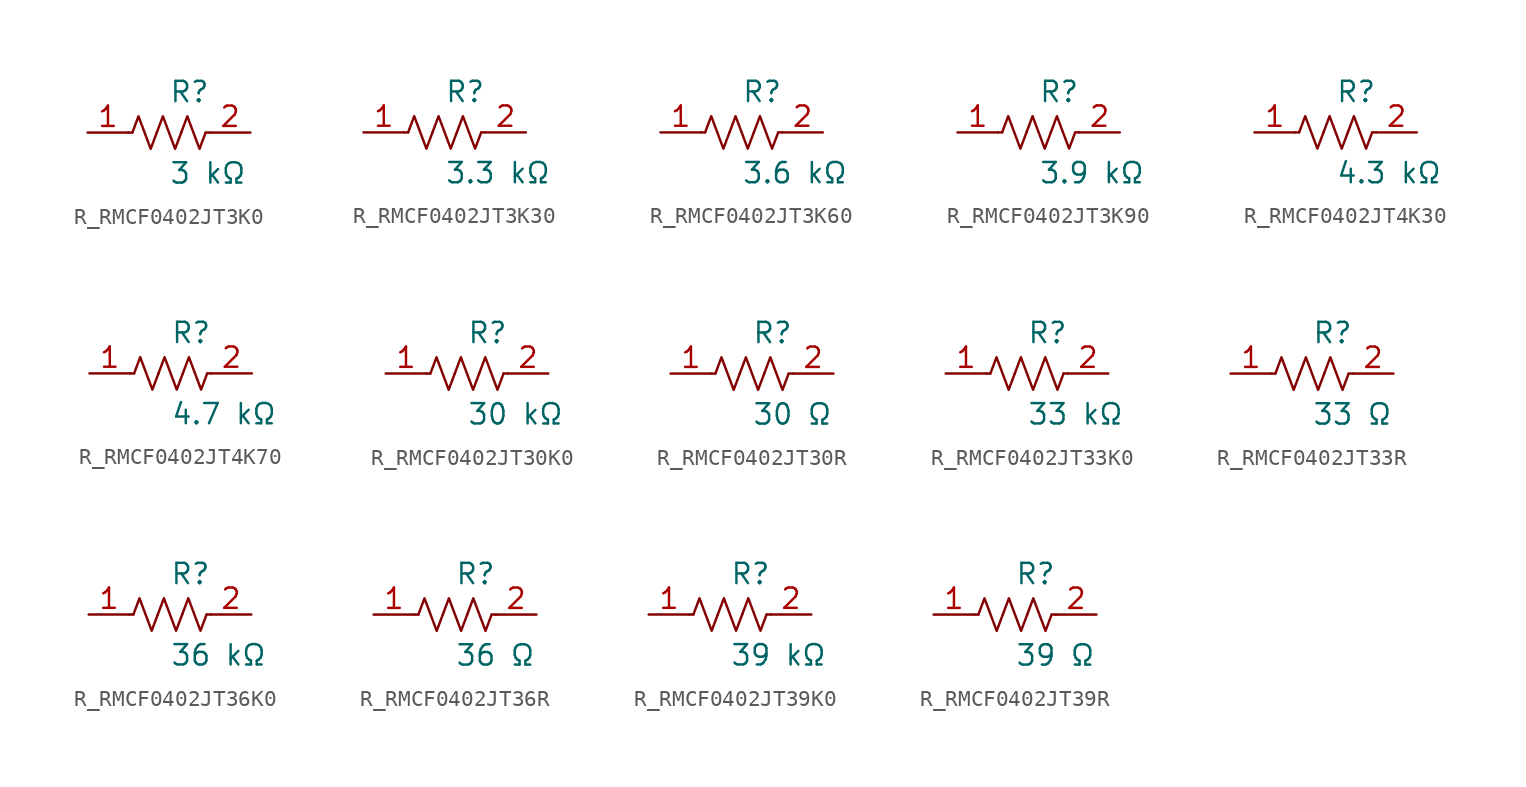
<source format=kicad_sym>
(kicad_symbol_lib
  (version 20231120)
  (generator kicad_symbol_editor)
  (generator_version 8.0)
  (symbol "R_RMCF0402JT3K0"
    (pin_names
      (offset 0.254))
    (property "Reference" "R"
      (at 0 2.54 0)
      (effects (font (size 1.27 1.27)) (justify left)))
    (property "Value" "3 kΩ"
      (at 0 -2.54 0)
      (effects (font (size 1.27 1.27)) (justify left)))
    (symbol "R_RMCF0402JT3K0_0_1"
      (polyline (pts (xy 2.286 0) (xy 2.54 0)) (stroke (width 0) (type default)) (fill (type none)))
      (polyline (pts (xy -2.286 0) (xy -2.54 0)) (stroke (width 0) (type default)) (fill (type none)))
      (polyline (pts (xy 0.762 0) (xy 1.143 1.016) (xy 1.524 0) (xy 1.905 -1.016) (xy 2.286 0)) (stroke (width 0) (type default)) (fill (type none)))
      (polyline (pts (xy -0.762 0) (xy -0.381 1.016) (xy 0 0) (xy 0.381 -1.016) (xy 0.762 0)) (stroke (width 0) (type default)) (fill (type none)))
      (polyline (pts (xy -2.286 0) (xy -1.905 1.016) (xy -1.524 0) (xy -1.143 -1.016) (xy -0.762 0)) (stroke (width 0) (type default)) (fill (type none))))
    (pin unspecified line
      (at -5.08 0 0)
      (length 2.54)
      (name "" (effects (font (size 1.27 1.27))))
      (number "1" (effects (font (size 1.27 1.27)))))
    (pin unspecified line
      (at 5.08 0 180)
      (length 2.54)
      (name "" (effects (font (size 1.27 1.27))))
      (number "2" (effects (font (size 1.27 1.27))))))
  (symbol "R_RMCF0402JT3K30"
    (pin_names
      (offset 0.254))
    (property "Reference" "R"
      (at 0 2.54 0)
      (effects (font (size 1.27 1.27)) (justify left)))
    (property "Value" "3.3 kΩ"
      (at 0 -2.54 0)
      (effects (font (size 1.27 1.27)) (justify left)))
    (symbol "R_RMCF0402JT3K30_0_1"
      (polyline (pts (xy 2.286 0) (xy 2.54 0)) (stroke (width 0) (type default)) (fill (type none)))
      (polyline (pts (xy -2.286 0) (xy -2.54 0)) (stroke (width 0) (type default)) (fill (type none)))
      (polyline (pts (xy 0.762 0) (xy 1.143 1.016) (xy 1.524 0) (xy 1.905 -1.016) (xy 2.286 0)) (stroke (width 0) (type default)) (fill (type none)))
      (polyline (pts (xy -0.762 0) (xy -0.381 1.016) (xy 0 0) (xy 0.381 -1.016) (xy 0.762 0)) (stroke (width 0) (type default)) (fill (type none)))
      (polyline (pts (xy -2.286 0) (xy -1.905 1.016) (xy -1.524 0) (xy -1.143 -1.016) (xy -0.762 0)) (stroke (width 0) (type default)) (fill (type none))))
    (pin unspecified line
      (at -5.08 0 0)
      (length 2.54)
      (name "" (effects (font (size 1.27 1.27))))
      (number "1" (effects (font (size 1.27 1.27)))))
    (pin unspecified line
      (at 5.08 0 180)
      (length 2.54)
      (name "" (effects (font (size 1.27 1.27))))
      (number "2" (effects (font (size 1.27 1.27))))))
  (symbol "R_RMCF0402JT3K60"
    (pin_names
      (offset 0.254))
    (property "Reference" "R"
      (at 0 2.54 0)
      (effects (font (size 1.27 1.27)) (justify left)))
    (property "Value" "3.6 kΩ"
      (at 0 -2.54 0)
      (effects (font (size 1.27 1.27)) (justify left)))
    (symbol "R_RMCF0402JT3K60_0_1"
      (polyline (pts (xy 2.286 0) (xy 2.54 0)) (stroke (width 0) (type default)) (fill (type none)))
      (polyline (pts (xy -2.286 0) (xy -2.54 0)) (stroke (width 0) (type default)) (fill (type none)))
      (polyline (pts (xy 0.762 0) (xy 1.143 1.016) (xy 1.524 0) (xy 1.905 -1.016) (xy 2.286 0)) (stroke (width 0) (type default)) (fill (type none)))
      (polyline (pts (xy -0.762 0) (xy -0.381 1.016) (xy 0 0) (xy 0.381 -1.016) (xy 0.762 0)) (stroke (width 0) (type default)) (fill (type none)))
      (polyline (pts (xy -2.286 0) (xy -1.905 1.016) (xy -1.524 0) (xy -1.143 -1.016) (xy -0.762 0)) (stroke (width 0) (type default)) (fill (type none))))
    (pin unspecified line
      (at -5.08 0 0)
      (length 2.54)
      (name "" (effects (font (size 1.27 1.27))))
      (number "1" (effects (font (size 1.27 1.27)))))
    (pin unspecified line
      (at 5.08 0 180)
      (length 2.54)
      (name "" (effects (font (size 1.27 1.27))))
      (number "2" (effects (font (size 1.27 1.27))))))
  (symbol "R_RMCF0402JT3K90"
    (pin_names
      (offset 0.254))
    (property "Reference" "R"
      (at 0 2.54 0)
      (effects (font (size 1.27 1.27)) (justify left)))
    (property "Value" "3.9 kΩ"
      (at 0 -2.54 0)
      (effects (font (size 1.27 1.27)) (justify left)))
    (symbol "R_RMCF0402JT3K90_0_1"
      (polyline (pts (xy 2.286 0) (xy 2.54 0)) (stroke (width 0) (type default)) (fill (type none)))
      (polyline (pts (xy -2.286 0) (xy -2.54 0)) (stroke (width 0) (type default)) (fill (type none)))
      (polyline (pts (xy 0.762 0) (xy 1.143 1.016) (xy 1.524 0) (xy 1.905 -1.016) (xy 2.286 0)) (stroke (width 0) (type default)) (fill (type none)))
      (polyline (pts (xy -0.762 0) (xy -0.381 1.016) (xy 0 0) (xy 0.381 -1.016) (xy 0.762 0)) (stroke (width 0) (type default)) (fill (type none)))
      (polyline (pts (xy -2.286 0) (xy -1.905 1.016) (xy -1.524 0) (xy -1.143 -1.016) (xy -0.762 0)) (stroke (width 0) (type default)) (fill (type none))))
    (pin unspecified line
      (at -5.08 0 0)
      (length 2.54)
      (name "" (effects (font (size 1.27 1.27))))
      (number "1" (effects (font (size 1.27 1.27)))))
    (pin unspecified line
      (at 5.08 0 180)
      (length 2.54)
      (name "" (effects (font (size 1.27 1.27))))
      (number "2" (effects (font (size 1.27 1.27))))))
  (symbol "R_RMCF0402JT4K30"
    (pin_names
      (offset 0.254))
    (property "Reference" "R"
      (at 0 2.54 0)
      (effects (font (size 1.27 1.27)) (justify left)))
    (property "Value" "4.3 kΩ"
      (at 0 -2.54 0)
      (effects (font (size 1.27 1.27)) (justify left)))
    (symbol "R_RMCF0402JT4K30_0_1"
      (polyline (pts (xy 2.286 0) (xy 2.54 0)) (stroke (width 0) (type default)) (fill (type none)))
      (polyline (pts (xy -2.286 0) (xy -2.54 0)) (stroke (width 0) (type default)) (fill (type none)))
      (polyline (pts (xy 0.762 0) (xy 1.143 1.016) (xy 1.524 0) (xy 1.905 -1.016) (xy 2.286 0)) (stroke (width 0) (type default)) (fill (type none)))
      (polyline (pts (xy -0.762 0) (xy -0.381 1.016) (xy 0 0) (xy 0.381 -1.016) (xy 0.762 0)) (stroke (width 0) (type default)) (fill (type none)))
      (polyline (pts (xy -2.286 0) (xy -1.905 1.016) (xy -1.524 0) (xy -1.143 -1.016) (xy -0.762 0)) (stroke (width 0) (type default)) (fill (type none))))
    (pin unspecified line
      (at -5.08 0 0)
      (length 2.54)
      (name "" (effects (font (size 1.27 1.27))))
      (number "1" (effects (font (size 1.27 1.27)))))
    (pin unspecified line
      (at 5.08 0 180)
      (length 2.54)
      (name "" (effects (font (size 1.27 1.27))))
      (number "2" (effects (font (size 1.27 1.27))))))
  (symbol "R_RMCF0402JT4K70"
    (pin_names
      (offset 0.254))
    (property "Reference" "R"
      (at 0 2.54 0)
      (effects (font (size 1.27 1.27)) (justify left)))
    (property "Value" "4.7 kΩ"
      (at 0 -2.54 0)
      (effects (font (size 1.27 1.27)) (justify left)))
    (symbol "R_RMCF0402JT4K70_0_1"
      (polyline (pts (xy 2.286 0) (xy 2.54 0)) (stroke (width 0) (type default)) (fill (type none)))
      (polyline (pts (xy -2.286 0) (xy -2.54 0)) (stroke (width 0) (type default)) (fill (type none)))
      (polyline (pts (xy 0.762 0) (xy 1.143 1.016) (xy 1.524 0) (xy 1.905 -1.016) (xy 2.286 0)) (stroke (width 0) (type default)) (fill (type none)))
      (polyline (pts (xy -0.762 0) (xy -0.381 1.016) (xy 0 0) (xy 0.381 -1.016) (xy 0.762 0)) (stroke (width 0) (type default)) (fill (type none)))
      (polyline (pts (xy -2.286 0) (xy -1.905 1.016) (xy -1.524 0) (xy -1.143 -1.016) (xy -0.762 0)) (stroke (width 0) (type default)) (fill (type none))))
    (pin unspecified line
      (at -5.08 0 0)
      (length 2.54)
      (name "" (effects (font (size 1.27 1.27))))
      (number "1" (effects (font (size 1.27 1.27)))))
    (pin unspecified line
      (at 5.08 0 180)
      (length 2.54)
      (name "" (effects (font (size 1.27 1.27))))
      (number "2" (effects (font (size 1.27 1.27))))))
  (symbol "R_RMCF0402JT30K0"
    (pin_names
      (offset 0.254))
    (property "Reference" "R"
      (at 0 2.54 0)
      (effects (font (size 1.27 1.27)) (justify left)))
    (property "Value" "30 kΩ"
      (at 0 -2.54 0)
      (effects (font (size 1.27 1.27)) (justify left)))
    (symbol "R_RMCF0402JT30K0_0_1"
      (polyline (pts (xy 2.286 0) (xy 2.54 0)) (stroke (width 0) (type default)) (fill (type none)))
      (polyline (pts (xy -2.286 0) (xy -2.54 0)) (stroke (width 0) (type default)) (fill (type none)))
      (polyline (pts (xy 0.762 0) (xy 1.143 1.016) (xy 1.524 0) (xy 1.905 -1.016) (xy 2.286 0)) (stroke (width 0) (type default)) (fill (type none)))
      (polyline (pts (xy -0.762 0) (xy -0.381 1.016) (xy 0 0) (xy 0.381 -1.016) (xy 0.762 0)) (stroke (width 0) (type default)) (fill (type none)))
      (polyline (pts (xy -2.286 0) (xy -1.905 1.016) (xy -1.524 0) (xy -1.143 -1.016) (xy -0.762 0)) (stroke (width 0) (type default)) (fill (type none))))
    (pin unspecified line
      (at -5.08 0 0)
      (length 2.54)
      (name "" (effects (font (size 1.27 1.27))))
      (number "1" (effects (font (size 1.27 1.27)))))
    (pin unspecified line
      (at 5.08 0 180)
      (length 2.54)
      (name "" (effects (font (size 1.27 1.27))))
      (number "2" (effects (font (size 1.27 1.27))))))
  (symbol "R_RMCF0402JT30R"
    (pin_names
      (offset 0.254))
    (property "Reference" "R"
      (at 0 2.54 0)
      (effects (font (size 1.27 1.27)) (justify left)))
    (property "Value" "30 Ω"
      (at 0 -2.54 0)
      (effects (font (size 1.27 1.27)) (justify left)))
    (symbol "R_RMCF0402JT30R_0_1"
      (polyline (pts (xy 2.286 0) (xy 2.54 0)) (stroke (width 0) (type default)) (fill (type none)))
      (polyline (pts (xy -2.286 0) (xy -2.54 0)) (stroke (width 0) (type default)) (fill (type none)))
      (polyline (pts (xy 0.762 0) (xy 1.143 1.016) (xy 1.524 0) (xy 1.905 -1.016) (xy 2.286 0)) (stroke (width 0) (type default)) (fill (type none)))
      (polyline (pts (xy -0.762 0) (xy -0.381 1.016) (xy 0 0) (xy 0.381 -1.016) (xy 0.762 0)) (stroke (width 0) (type default)) (fill (type none)))
      (polyline (pts (xy -2.286 0) (xy -1.905 1.016) (xy -1.524 0) (xy -1.143 -1.016) (xy -0.762 0)) (stroke (width 0) (type default)) (fill (type none))))
    (pin unspecified line
      (at -5.08 0 0)
      (length 2.54)
      (name "" (effects (font (size 1.27 1.27))))
      (number "1" (effects (font (size 1.27 1.27)))))
    (pin unspecified line
      (at 5.08 0 180)
      (length 2.54)
      (name "" (effects (font (size 1.27 1.27))))
      (number "2" (effects (font (size 1.27 1.27))))))
  (symbol "R_RMCF0402JT33K0"
    (pin_names
      (offset 0.254))
    (property "Reference" "R"
      (at 0 2.54 0)
      (effects (font (size 1.27 1.27)) (justify left)))
    (property "Value" "33 kΩ"
      (at 0 -2.54 0)
      (effects (font (size 1.27 1.27)) (justify left)))
    (symbol "R_RMCF0402JT33K0_0_1"
      (polyline (pts (xy 2.286 0) (xy 2.54 0)) (stroke (width 0) (type default)) (fill (type none)))
      (polyline (pts (xy -2.286 0) (xy -2.54 0)) (stroke (width 0) (type default)) (fill (type none)))
      (polyline (pts (xy 0.762 0) (xy 1.143 1.016) (xy 1.524 0) (xy 1.905 -1.016) (xy 2.286 0)) (stroke (width 0) (type default)) (fill (type none)))
      (polyline (pts (xy -0.762 0) (xy -0.381 1.016) (xy 0 0) (xy 0.381 -1.016) (xy 0.762 0)) (stroke (width 0) (type default)) (fill (type none)))
      (polyline (pts (xy -2.286 0) (xy -1.905 1.016) (xy -1.524 0) (xy -1.143 -1.016) (xy -0.762 0)) (stroke (width 0) (type default)) (fill (type none))))
    (pin unspecified line
      (at -5.08 0 0)
      (length 2.54)
      (name "" (effects (font (size 1.27 1.27))))
      (number "1" (effects (font (size 1.27 1.27)))))
    (pin unspecified line
      (at 5.08 0 180)
      (length 2.54)
      (name "" (effects (font (size 1.27 1.27))))
      (number "2" (effects (font (size 1.27 1.27))))))
  (symbol "R_RMCF0402JT33R"
    (pin_names
      (offset 0.254))
    (property "Reference" "R"
      (at 0 2.54 0)
      (effects (font (size 1.27 1.27)) (justify left)))
    (property "Value" "33 Ω"
      (at 0 -2.54 0)
      (effects (font (size 1.27 1.27)) (justify left)))
    (symbol "R_RMCF0402JT33R_0_1"
      (polyline (pts (xy 2.286 0) (xy 2.54 0)) (stroke (width 0) (type default)) (fill (type none)))
      (polyline (pts (xy -2.286 0) (xy -2.54 0)) (stroke (width 0) (type default)) (fill (type none)))
      (polyline (pts (xy 0.762 0) (xy 1.143 1.016) (xy 1.524 0) (xy 1.905 -1.016) (xy 2.286 0)) (stroke (width 0) (type default)) (fill (type none)))
      (polyline (pts (xy -0.762 0) (xy -0.381 1.016) (xy 0 0) (xy 0.381 -1.016) (xy 0.762 0)) (stroke (width 0) (type default)) (fill (type none)))
      (polyline (pts (xy -2.286 0) (xy -1.905 1.016) (xy -1.524 0) (xy -1.143 -1.016) (xy -0.762 0)) (stroke (width 0) (type default)) (fill (type none))))
    (pin unspecified line
      (at -5.08 0 0)
      (length 2.54)
      (name "" (effects (font (size 1.27 1.27))))
      (number "1" (effects (font (size 1.27 1.27)))))
    (pin unspecified line
      (at 5.08 0 180)
      (length 2.54)
      (name "" (effects (font (size 1.27 1.27))))
      (number "2" (effects (font (size 1.27 1.27))))))
  (symbol "R_RMCF0402JT36K0"
    (pin_names
      (offset 0.254))
    (property "Reference" "R"
      (at 0 2.54 0)
      (effects (font (size 1.27 1.27)) (justify left)))
    (property "Value" "36 kΩ"
      (at 0 -2.54 0)
      (effects (font (size 1.27 1.27)) (justify left)))
    (symbol "R_RMCF0402JT36K0_0_1"
      (polyline (pts (xy 2.286 0) (xy 2.54 0)) (stroke (width 0) (type default)) (fill (type none)))
      (polyline (pts (xy -2.286 0) (xy -2.54 0)) (stroke (width 0) (type default)) (fill (type none)))
      (polyline (pts (xy 0.762 0) (xy 1.143 1.016) (xy 1.524 0) (xy 1.905 -1.016) (xy 2.286 0)) (stroke (width 0) (type default)) (fill (type none)))
      (polyline (pts (xy -0.762 0) (xy -0.381 1.016) (xy 0 0) (xy 0.381 -1.016) (xy 0.762 0)) (stroke (width 0) (type default)) (fill (type none)))
      (polyline (pts (xy -2.286 0) (xy -1.905 1.016) (xy -1.524 0) (xy -1.143 -1.016) (xy -0.762 0)) (stroke (width 0) (type default)) (fill (type none))))
    (pin unspecified line
      (at -5.08 0 0)
      (length 2.54)
      (name "" (effects (font (size 1.27 1.27))))
      (number "1" (effects (font (size 1.27 1.27)))))
    (pin unspecified line
      (at 5.08 0 180)
      (length 2.54)
      (name "" (effects (font (size 1.27 1.27))))
      (number "2" (effects (font (size 1.27 1.27))))))
  (symbol "R_RMCF0402JT36R"
    (pin_names
      (offset 0.254))
    (property "Reference" "R"
      (at 0 2.54 0)
      (effects (font (size 1.27 1.27)) (justify left)))
    (property "Value" "36 Ω"
      (at 0 -2.54 0)
      (effects (font (size 1.27 1.27)) (justify left)))
    (symbol "R_RMCF0402JT36R_0_1"
      (polyline (pts (xy 2.286 0) (xy 2.54 0)) (stroke (width 0) (type default)) (fill (type none)))
      (polyline (pts (xy -2.286 0) (xy -2.54 0)) (stroke (width 0) (type default)) (fill (type none)))
      (polyline (pts (xy 0.762 0) (xy 1.143 1.016) (xy 1.524 0) (xy 1.905 -1.016) (xy 2.286 0)) (stroke (width 0) (type default)) (fill (type none)))
      (polyline (pts (xy -0.762 0) (xy -0.381 1.016) (xy 0 0) (xy 0.381 -1.016) (xy 0.762 0)) (stroke (width 0) (type default)) (fill (type none)))
      (polyline (pts (xy -2.286 0) (xy -1.905 1.016) (xy -1.524 0) (xy -1.143 -1.016) (xy -0.762 0)) (stroke (width 0) (type default)) (fill (type none))))
    (pin unspecified line
      (at -5.08 0 0)
      (length 2.54)
      (name "" (effects (font (size 1.27 1.27))))
      (number "1" (effects (font (size 1.27 1.27)))))
    (pin unspecified line
      (at 5.08 0 180)
      (length 2.54)
      (name "" (effects (font (size 1.27 1.27))))
      (number "2" (effects (font (size 1.27 1.27))))))
  (symbol "R_RMCF0402JT39K0"
    (pin_names
      (offset 0.254))
    (property "Reference" "R"
      (at 0 2.54 0)
      (effects (font (size 1.27 1.27)) (justify left)))
    (property "Value" "39 kΩ"
      (at 0 -2.54 0)
      (effects (font (size 1.27 1.27)) (justify left)))
    (symbol "R_RMCF0402JT39K0_0_1"
      (polyline (pts (xy 2.286 0) (xy 2.54 0)) (stroke (width 0) (type default)) (fill (type none)))
      (polyline (pts (xy -2.286 0) (xy -2.54 0)) (stroke (width 0) (type default)) (fill (type none)))
      (polyline (pts (xy 0.762 0) (xy 1.143 1.016) (xy 1.524 0) (xy 1.905 -1.016) (xy 2.286 0)) (stroke (width 0) (type default)) (fill (type none)))
      (polyline (pts (xy -0.762 0) (xy -0.381 1.016) (xy 0 0) (xy 0.381 -1.016) (xy 0.762 0)) (stroke (width 0) (type default)) (fill (type none)))
      (polyline (pts (xy -2.286 0) (xy -1.905 1.016) (xy -1.524 0) (xy -1.143 -1.016) (xy -0.762 0)) (stroke (width 0) (type default)) (fill (type none))))
    (pin unspecified line
      (at -5.08 0 0)
      (length 2.54)
      (name "" (effects (font (size 1.27 1.27))))
      (number "1" (effects (font (size 1.27 1.27)))))
    (pin unspecified line
      (at 5.08 0 180)
      (length 2.54)
      (name "" (effects (font (size 1.27 1.27))))
      (number "2" (effects (font (size 1.27 1.27))))))
  (symbol "R_RMCF0402JT39R"
    (pin_names
      (offset 0.254))
    (property "Reference" "R"
      (at 0 2.54 0)
      (effects (font (size 1.27 1.27)) (justify left)))
    (property "Value" "39 Ω"
      (at 0 -2.54 0)
      (effects (font (size 1.27 1.27)) (justify left)))
    (symbol "R_RMCF0402JT39R_0_1"
      (polyline (pts (xy 2.286 0) (xy 2.54 0)) (stroke (width 0) (type default)) (fill (type none)))
      (polyline (pts (xy -2.286 0) (xy -2.54 0)) (stroke (width 0) (type default)) (fill (type none)))
      (polyline (pts (xy 0.762 0) (xy 1.143 1.016) (xy 1.524 0) (xy 1.905 -1.016) (xy 2.286 0)) (stroke (width 0) (type default)) (fill (type none)))
      (polyline (pts (xy -0.762 0) (xy -0.381 1.016) (xy 0 0) (xy 0.381 -1.016) (xy 0.762 0)) (stroke (width 0) (type default)) (fill (type none)))
      (polyline (pts (xy -2.286 0) (xy -1.905 1.016) (xy -1.524 0) (xy -1.143 -1.016) (xy -0.762 0)) (stroke (width 0) (type default)) (fill (type none))))
    (pin unspecified line
      (at -5.08 0 0)
      (length 2.54)
      (name "" (effects (font (size 1.27 1.27))))
      (number "1" (effects (font (size 1.27 1.27)))))
    (pin unspecified line
      (at 5.08 0 180)
      (length 2.54)
      (name "" (effects (font (size 1.27 1.27))))
      (number "2" (effects (font (size 1.27 1.27)))))))
</source>
